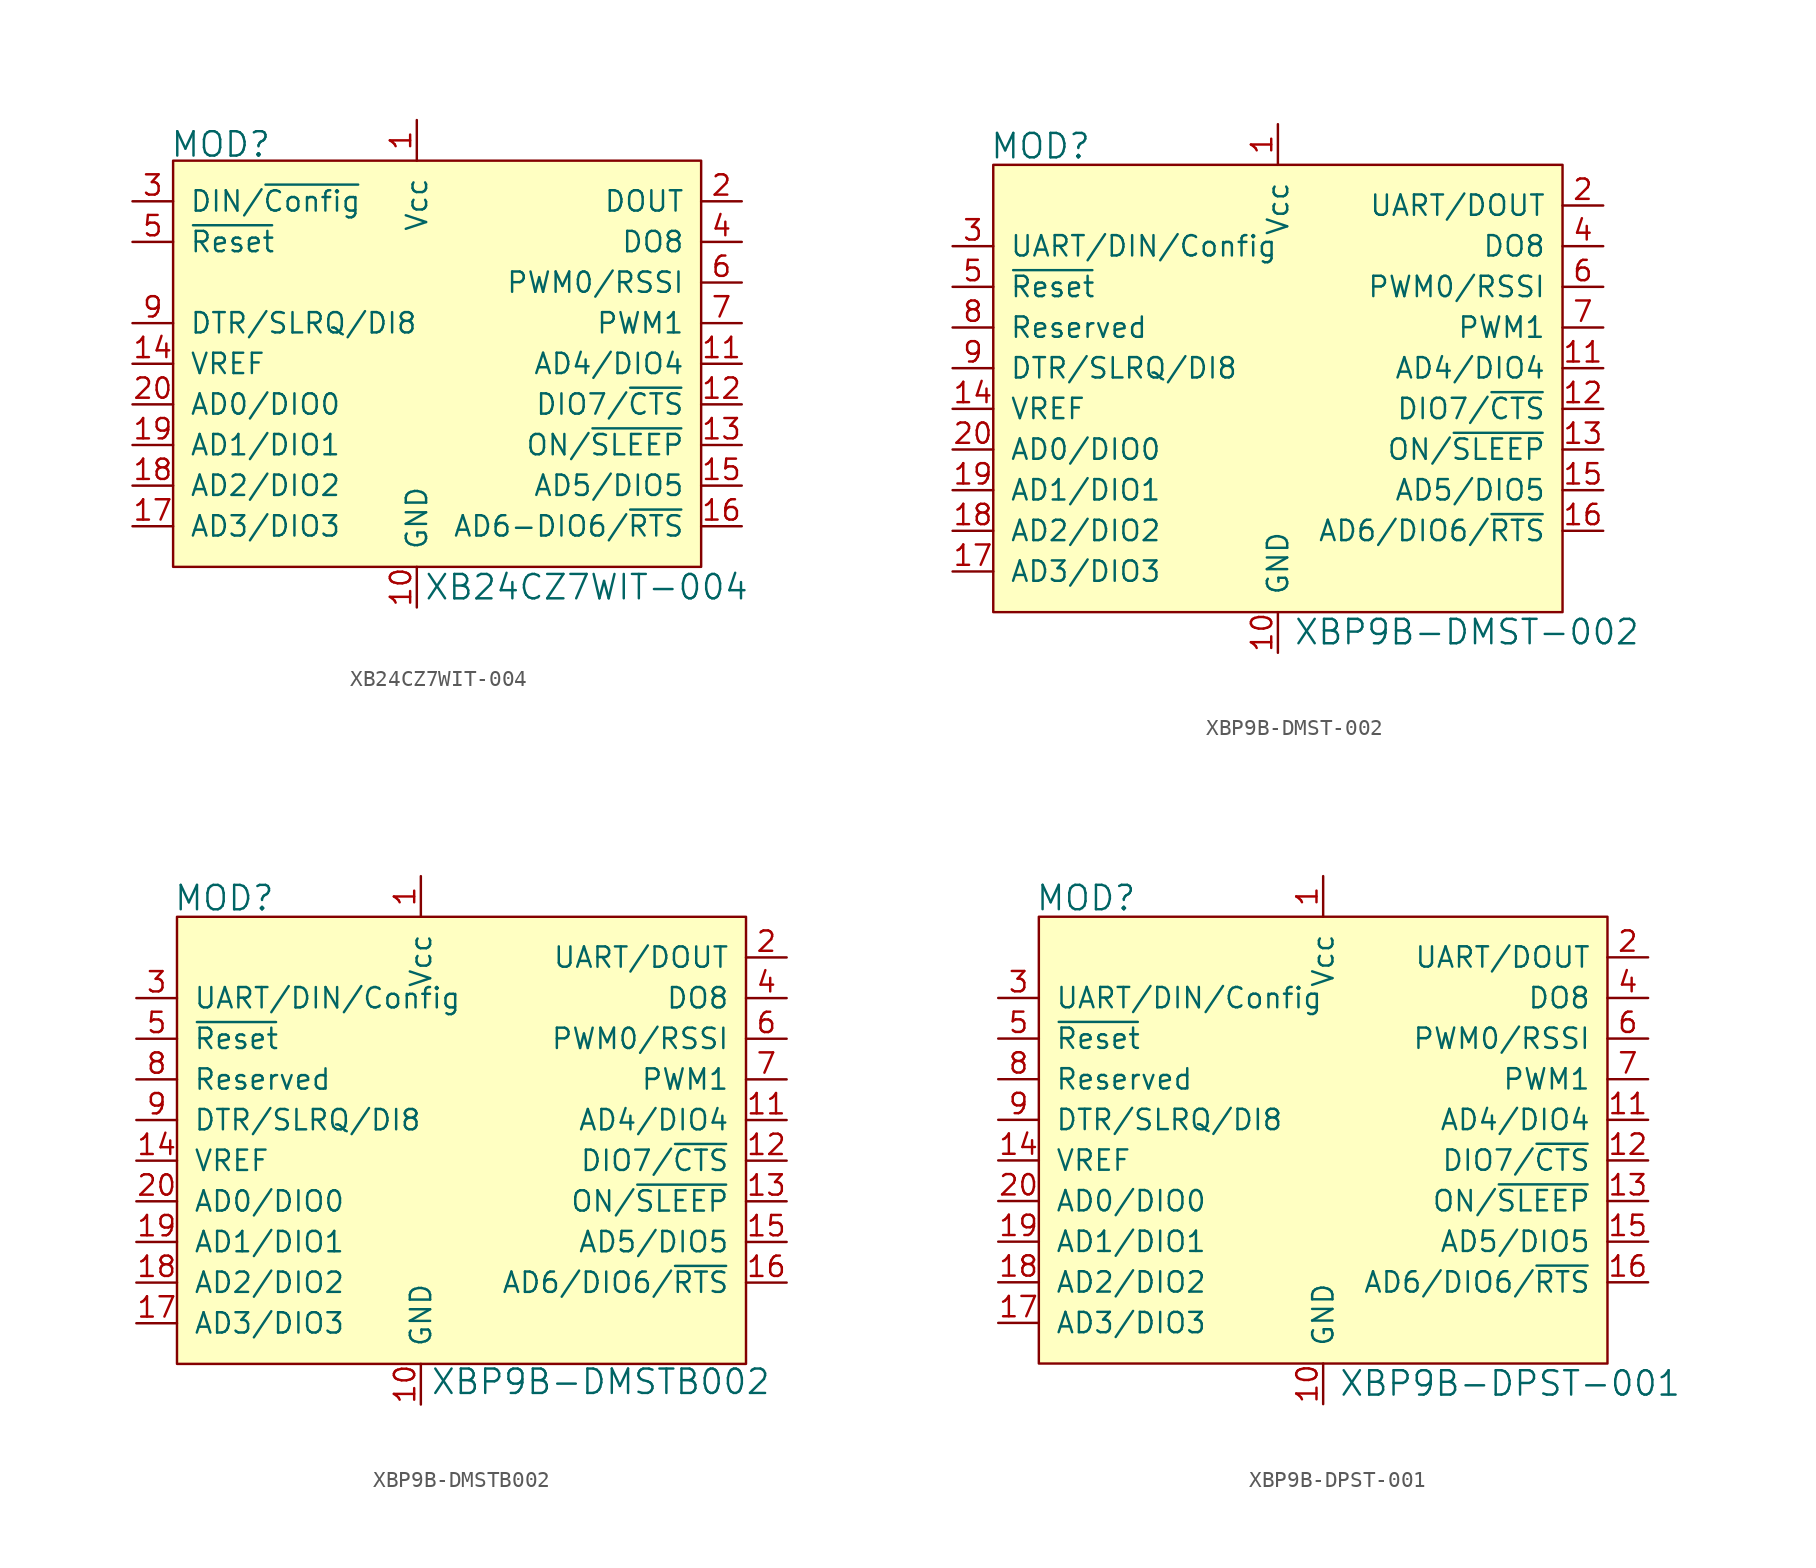
<source format=kicad_sym>
(kicad_symbol_lib
  (version 20231120)
  (generator "kicad_symbol_editor")
  (generator_version "8.0")
  (symbol "XB24CZ7WIT-004"
    (pin_names
      (offset 1.016))
    (property "Reference" "MOD"
      (at -15.443 13.716 0)
      (effects (font (size 1.524 1.524)) (justify left)))
    (property "Value" "XB24CZ7WIT-004"
      (at 0.432 -13.97 0)
      (effects (font (size 1.524 1.524)) (justify left)))
    (symbol "XB24CZ7WIT-004_0_1"
      (rectangle (start -15.24 12.7) (end 17.78 -12.7) (stroke (width 0) (type default)) (fill (type background))))
    (symbol "XB24CZ7WIT-004_1_1"
      (pin power_in line (at 0 15.24 270) (length 2.54) (name "Vcc" (effects (font (size 1.27 1.27)))) (number "1" (effects (font (size 1.27 1.27)))))
      (pin power_in line (at 0 -15.24 90) (length 2.54) (name "GND" (effects (font (size 1.27 1.27)))) (number "10" (effects (font (size 1.27 1.27)))))
      (pin bidirectional line (at 20.32 0 180) (length 2.54) (name "AD4/DIO4" (effects (font (size 1.27 1.27)))) (number "11" (effects (font (size 1.27 1.27)))))
      (pin bidirectional line (at 20.32 -2.54 180) (length 2.54) (name "DIO7/~{CTS}" (effects (font (size 1.27 1.27)))) (number "12" (effects (font (size 1.27 1.27)))))
      (pin output line (at 20.32 -5.08 180) (length 2.54) (name "ON/~{SLEEP}" (effects (font (size 1.27 1.27)))) (number "13" (effects (font (size 1.27 1.27)))))
      (pin input line (at -17.78 0 0) (length 2.54) (name "VREF" (effects (font (size 1.27 1.27)))) (number "14" (effects (font (size 1.27 1.27)))))
      (pin bidirectional line (at 20.32 -7.62 180) (length 2.54) (name "AD5/DIO5" (effects (font (size 1.27 1.27)))) (number "15" (effects (font (size 1.27 1.27)))))
      (pin bidirectional line (at 20.32 -10.16 180) (length 2.54) (name "AD6-DIO6/~{RTS}" (effects (font (size 1.27 1.27)))) (number "16" (effects (font (size 1.27 1.27)))))
      (pin bidirectional line (at -17.78 -10.16 0) (length 2.54) (name "AD3/DIO3" (effects (font (size 1.27 1.27)))) (number "17" (effects (font (size 1.27 1.27)))))
      (pin bidirectional line (at -17.78 -7.62 0) (length 2.54) (name "AD2/DIO2" (effects (font (size 1.27 1.27)))) (number "18" (effects (font (size 1.27 1.27)))))
      (pin bidirectional line (at -17.78 -5.08 0) (length 2.54) (name "AD1/DIO1" (effects (font (size 1.27 1.27)))) (number "19" (effects (font (size 1.27 1.27)))))
      (pin output line (at 20.32 10.16 180) (length 2.54) (name "DOUT" (effects (font (size 1.27 1.27)))) (number "2" (effects (font (size 1.27 1.27)))))
      (pin bidirectional line (at -17.78 -2.54 0) (length 2.54) (name "AD0/DIO0" (effects (font (size 1.27 1.27)))) (number "20" (effects (font (size 1.27 1.27)))))
      (pin input line (at -17.78 10.16 0) (length 2.54) (name "DIN/~{Config}" (effects (font (size 1.27 1.27)))) (number "3" (effects (font (size 1.27 1.27)))))
      (pin output line (at 20.32 7.62 180) (length 2.54) (name "DO8" (effects (font (size 1.27 1.27)))) (number "4" (effects (font (size 1.27 1.27)))))
      (pin input line (at -17.78 7.62 0) (length 2.54) (name "~{Reset}" (effects (font (size 1.27 1.27)))) (number "5" (effects (font (size 1.27 1.27)))))
      (pin output line (at 20.32 5.08 180) (length 2.54) (name "PWM0/RSSI" (effects (font (size 1.27 1.27)))) (number "6" (effects (font (size 1.27 1.27)))))
      (pin output line (at 20.32 2.54 180) (length 2.54) (name "PWM1" (effects (font (size 1.27 1.27)))) (number "7" (effects (font (size 1.27 1.27)))))
      (pin no_connect line (at -15.24 5.08 0) (length 2.54) hide (name "Reserved" (effects (font (size 1.27 1.27)))) (number "8" (effects (font (size 1.27 1.27)))))
      (pin input line (at -17.78 2.54 0) (length 2.54) (name "DTR/SLRQ/DI8" (effects (font (size 1.27 1.27)))) (number "9" (effects (font (size 1.27 1.27)))))))
  (symbol "XBP9B-DMST-002"
    (pin_names
      (offset 1.016))
    (property "Reference" "MOD"
      (at -18.009 16.408 0)
      (effects (font (size 1.524 1.524)) (justify left)))
    (property "Value" "XBP9B-DMST-002"
      (at 0.965 -13.945 0)
      (effects (font (size 1.524 1.524)) (justify left)))
    (symbol "XBP9B-DMST-002_0_1"
      (rectangle (start -17.78 15.24) (end 17.78 -12.7) (stroke (width 0) (type default)) (fill (type background))))
    (symbol "XBP9B-DMST-002_1_1"
      (pin power_in line (at 0 17.78 270) (length 2.54) (name "Vcc" (effects (font (size 1.27 1.27)))) (number "1" (effects (font (size 1.27 1.27)))))
      (pin power_in line (at 0 -15.24 90) (length 2.54) (name "GND" (effects (font (size 1.27 1.27)))) (number "10" (effects (font (size 1.27 1.27)))))
      (pin bidirectional line (at 20.32 2.54 180) (length 2.54) (name "AD4/DIO4" (effects (font (size 1.27 1.27)))) (number "11" (effects (font (size 1.27 1.27)))))
      (pin bidirectional line (at 20.32 0 180) (length 2.54) (name "DIO7/~{CTS}" (effects (font (size 1.27 1.27)))) (number "12" (effects (font (size 1.27 1.27)))))
      (pin output line (at 20.32 -2.54 180) (length 2.54) (name "ON/~{SLEEP}" (effects (font (size 1.27 1.27)))) (number "13" (effects (font (size 1.27 1.27)))))
      (pin input line (at -20.32 0 0) (length 2.54) (name "VREF" (effects (font (size 1.27 1.27)))) (number "14" (effects (font (size 1.27 1.27)))))
      (pin bidirectional line (at 20.32 -5.08 180) (length 2.54) (name "AD5/DIO5" (effects (font (size 1.27 1.27)))) (number "15" (effects (font (size 1.27 1.27)))))
      (pin bidirectional line (at 20.32 -7.62 180) (length 2.54) (name "AD6/DIO6/~{RTS}" (effects (font (size 1.27 1.27)))) (number "16" (effects (font (size 1.27 1.27)))))
      (pin bidirectional line (at -20.32 -10.16 0) (length 2.54) (name "AD3/DIO3" (effects (font (size 1.27 1.27)))) (number "17" (effects (font (size 1.27 1.27)))))
      (pin bidirectional line (at -20.32 -7.62 0) (length 2.54) (name "AD2/DIO2" (effects (font (size 1.27 1.27)))) (number "18" (effects (font (size 1.27 1.27)))))
      (pin bidirectional line (at -20.32 -5.08 0) (length 2.54) (name "AD1/DIO1" (effects (font (size 1.27 1.27)))) (number "19" (effects (font (size 1.27 1.27)))))
      (pin output line (at 20.32 12.7 180) (length 2.54) (name "UART/DOUT" (effects (font (size 1.27 1.27)))) (number "2" (effects (font (size 1.27 1.27)))))
      (pin bidirectional line (at -20.32 -2.54 0) (length 2.54) (name "AD0/DIO0" (effects (font (size 1.27 1.27)))) (number "20" (effects (font (size 1.27 1.27)))))
      (pin input line (at -20.32 10.16 0) (length 2.54) (name "UART/DIN/Config" (effects (font (size 1.27 1.27)))) (number "3" (effects (font (size 1.27 1.27)))))
      (pin output line (at 20.32 10.16 180) (length 2.54) (name "DO8" (effects (font (size 1.27 1.27)))) (number "4" (effects (font (size 1.27 1.27)))))
      (pin input line (at -20.32 7.62 0) (length 2.54) (name "~{Reset}" (effects (font (size 1.27 1.27)))) (number "5" (effects (font (size 1.27 1.27)))))
      (pin output line (at 20.32 7.62 180) (length 2.54) (name "PWM0/RSSI" (effects (font (size 1.27 1.27)))) (number "6" (effects (font (size 1.27 1.27)))))
      (pin output line (at 20.32 5.08 180) (length 2.54) (name "PWM1" (effects (font (size 1.27 1.27)))) (number "7" (effects (font (size 1.27 1.27)))))
      (pin bidirectional line (at -20.32 5.08 0) (length 2.54) (name "Reserved" (effects (font (size 1.27 1.27)))) (number "8" (effects (font (size 1.27 1.27)))))
      (pin input line (at -20.32 2.54 0) (length 2.54) (name "DTR/SLRQ/DI8" (effects (font (size 1.27 1.27)))) (number "9" (effects (font (size 1.27 1.27)))))))
  (symbol "XBP9B-DMSTB002"
    (pin_names
      (offset 1.016))
    (property "Reference" "MOD"
      (at -18.009 18.948 0)
      (effects (font (size 1.524 1.524)) (justify left)))
    (property "Value" "XBP9B-DMSTB002"
      (at -1.956 -11.278 0)
      (effects (font (size 1.524 1.524)) (justify left)))
    (symbol "XBP9B-DMSTB002_0_1"
      (rectangle (start -17.78 17.78) (end 17.78 -10.16) (stroke (width 0) (type default)) (fill (type background))))
    (symbol "XBP9B-DMSTB002_1_1"
      (pin power_in line (at -2.54 20.32 270) (length 2.54) (name "Vcc" (effects (font (size 1.27 1.27)))) (number "1" (effects (font (size 1.27 1.27)))))
      (pin power_in line (at -2.54 -12.7 90) (length 2.54) (name "GND" (effects (font (size 1.27 1.27)))) (number "10" (effects (font (size 1.27 1.27)))))
      (pin bidirectional line (at 20.32 5.08 180) (length 2.54) (name "AD4/DIO4" (effects (font (size 1.27 1.27)))) (number "11" (effects (font (size 1.27 1.27)))))
      (pin bidirectional line (at 20.32 2.54 180) (length 2.54) (name "DIO7/~{CTS}" (effects (font (size 1.27 1.27)))) (number "12" (effects (font (size 1.27 1.27)))))
      (pin output line (at 20.32 0 180) (length 2.54) (name "ON/~{SLEEP}" (effects (font (size 1.27 1.27)))) (number "13" (effects (font (size 1.27 1.27)))))
      (pin input line (at -20.32 2.54 0) (length 2.54) (name "VREF" (effects (font (size 1.27 1.27)))) (number "14" (effects (font (size 1.27 1.27)))))
      (pin bidirectional line (at 20.32 -2.54 180) (length 2.54) (name "AD5/DIO5" (effects (font (size 1.27 1.27)))) (number "15" (effects (font (size 1.27 1.27)))))
      (pin bidirectional line (at 20.32 -5.08 180) (length 2.54) (name "AD6/DIO6/~{RTS}" (effects (font (size 1.27 1.27)))) (number "16" (effects (font (size 1.27 1.27)))))
      (pin bidirectional line (at -20.32 -7.62 0) (length 2.54) (name "AD3/DIO3" (effects (font (size 1.27 1.27)))) (number "17" (effects (font (size 1.27 1.27)))))
      (pin bidirectional line (at -20.32 -5.08 0) (length 2.54) (name "AD2/DIO2" (effects (font (size 1.27 1.27)))) (number "18" (effects (font (size 1.27 1.27)))))
      (pin bidirectional line (at -20.32 -2.54 0) (length 2.54) (name "AD1/DIO1" (effects (font (size 1.27 1.27)))) (number "19" (effects (font (size 1.27 1.27)))))
      (pin output line (at 20.32 15.24 180) (length 2.54) (name "UART/DOUT" (effects (font (size 1.27 1.27)))) (number "2" (effects (font (size 1.27 1.27)))))
      (pin bidirectional line (at -20.32 0 0) (length 2.54) (name "AD0/DIO0" (effects (font (size 1.27 1.27)))) (number "20" (effects (font (size 1.27 1.27)))))
      (pin input line (at -20.32 12.7 0) (length 2.54) (name "UART/DIN/Config" (effects (font (size 1.27 1.27)))) (number "3" (effects (font (size 1.27 1.27)))))
      (pin output line (at 20.32 12.7 180) (length 2.54) (name "DO8" (effects (font (size 1.27 1.27)))) (number "4" (effects (font (size 1.27 1.27)))))
      (pin input line (at -20.32 10.16 0) (length 2.54) (name "~{Reset}" (effects (font (size 1.27 1.27)))) (number "5" (effects (font (size 1.27 1.27)))))
      (pin output line (at 20.32 10.16 180) (length 2.54) (name "PWM0/RSSI" (effects (font (size 1.27 1.27)))) (number "6" (effects (font (size 1.27 1.27)))))
      (pin output line (at 20.32 7.62 180) (length 2.54) (name "PWM1" (effects (font (size 1.27 1.27)))) (number "7" (effects (font (size 1.27 1.27)))))
      (pin bidirectional line (at -20.32 7.62 0) (length 2.54) (name "Reserved" (effects (font (size 1.27 1.27)))) (number "8" (effects (font (size 1.27 1.27)))))
      (pin input line (at -20.32 5.08 0) (length 2.54) (name "DTR/SLRQ/DI8" (effects (font (size 1.27 1.27)))) (number "9" (effects (font (size 1.27 1.27)))))))
  (symbol "XBP9B-DPST-001"
    (pin_names
      (offset 1.016))
    (property "Reference" "MOD"
      (at -18.009 16.408 0)
      (effects (font (size 1.524 1.524)) (justify left)))
    (property "Value" "XBP9B-DPST-001"
      (at 0.965 -13.945 0)
      (effects (font (size 1.524 1.524)) (justify left)))
    (symbol "XBP9B-DPST-001_0_1"
      (rectangle (start -17.78 15.24) (end 17.78 -12.7) (stroke (width 0) (type default)) (fill (type background))))
    (symbol "XBP9B-DPST-001_1_1"
      (pin power_in line (at 0 17.78 270) (length 2.54) (name "Vcc" (effects (font (size 1.27 1.27)))) (number "1" (effects (font (size 1.27 1.27)))))
      (pin power_in line (at 0 -15.24 90) (length 2.54) (name "GND" (effects (font (size 1.27 1.27)))) (number "10" (effects (font (size 1.27 1.27)))))
      (pin bidirectional line (at 20.32 2.54 180) (length 2.54) (name "AD4/DIO4" (effects (font (size 1.27 1.27)))) (number "11" (effects (font (size 1.27 1.27)))))
      (pin bidirectional line (at 20.32 0 180) (length 2.54) (name "DIO7/~{CTS}" (effects (font (size 1.27 1.27)))) (number "12" (effects (font (size 1.27 1.27)))))
      (pin output line (at 20.32 -2.54 180) (length 2.54) (name "ON/~{SLEEP}" (effects (font (size 1.27 1.27)))) (number "13" (effects (font (size 1.27 1.27)))))
      (pin input line (at -20.32 0 0) (length 2.54) (name "VREF" (effects (font (size 1.27 1.27)))) (number "14" (effects (font (size 1.27 1.27)))))
      (pin bidirectional line (at 20.32 -5.08 180) (length 2.54) (name "AD5/DIO5" (effects (font (size 1.27 1.27)))) (number "15" (effects (font (size 1.27 1.27)))))
      (pin bidirectional line (at 20.32 -7.62 180) (length 2.54) (name "AD6/DIO6/~{RTS}" (effects (font (size 1.27 1.27)))) (number "16" (effects (font (size 1.27 1.27)))))
      (pin bidirectional line (at -20.32 -10.16 0) (length 2.54) (name "AD3/DIO3" (effects (font (size 1.27 1.27)))) (number "17" (effects (font (size 1.27 1.27)))))
      (pin bidirectional line (at -20.32 -7.62 0) (length 2.54) (name "AD2/DIO2" (effects (font (size 1.27 1.27)))) (number "18" (effects (font (size 1.27 1.27)))))
      (pin bidirectional line (at -20.32 -5.08 0) (length 2.54) (name "AD1/DIO1" (effects (font (size 1.27 1.27)))) (number "19" (effects (font (size 1.27 1.27)))))
      (pin output line (at 20.32 12.7 180) (length 2.54) (name "UART/DOUT" (effects (font (size 1.27 1.27)))) (number "2" (effects (font (size 1.27 1.27)))))
      (pin bidirectional line (at -20.32 -2.54 0) (length 2.54) (name "AD0/DIO0" (effects (font (size 1.27 1.27)))) (number "20" (effects (font (size 1.27 1.27)))))
      (pin input line (at -20.32 10.16 0) (length 2.54) (name "UART/DIN/Config" (effects (font (size 1.27 1.27)))) (number "3" (effects (font (size 1.27 1.27)))))
      (pin output line (at 20.32 10.16 180) (length 2.54) (name "DO8" (effects (font (size 1.27 1.27)))) (number "4" (effects (font (size 1.27 1.27)))))
      (pin input line (at -20.32 7.62 0) (length 2.54) (name "~{Reset}" (effects (font (size 1.27 1.27)))) (number "5" (effects (font (size 1.27 1.27)))))
      (pin output line (at 20.32 7.62 180) (length 2.54) (name "PWM0/RSSI" (effects (font (size 1.27 1.27)))) (number "6" (effects (font (size 1.27 1.27)))))
      (pin output line (at 20.32 5.08 180) (length 2.54) (name "PWM1" (effects (font (size 1.27 1.27)))) (number "7" (effects (font (size 1.27 1.27)))))
      (pin bidirectional line (at -20.32 5.08 0) (length 2.54) (name "Reserved" (effects (font (size 1.27 1.27)))) (number "8" (effects (font (size 1.27 1.27)))))
      (pin input line (at -20.32 2.54 0) (length 2.54) (name "DTR/SLRQ/DI8" (effects (font (size 1.27 1.27)))) (number "9" (effects (font (size 1.27 1.27))))))))
</source>
